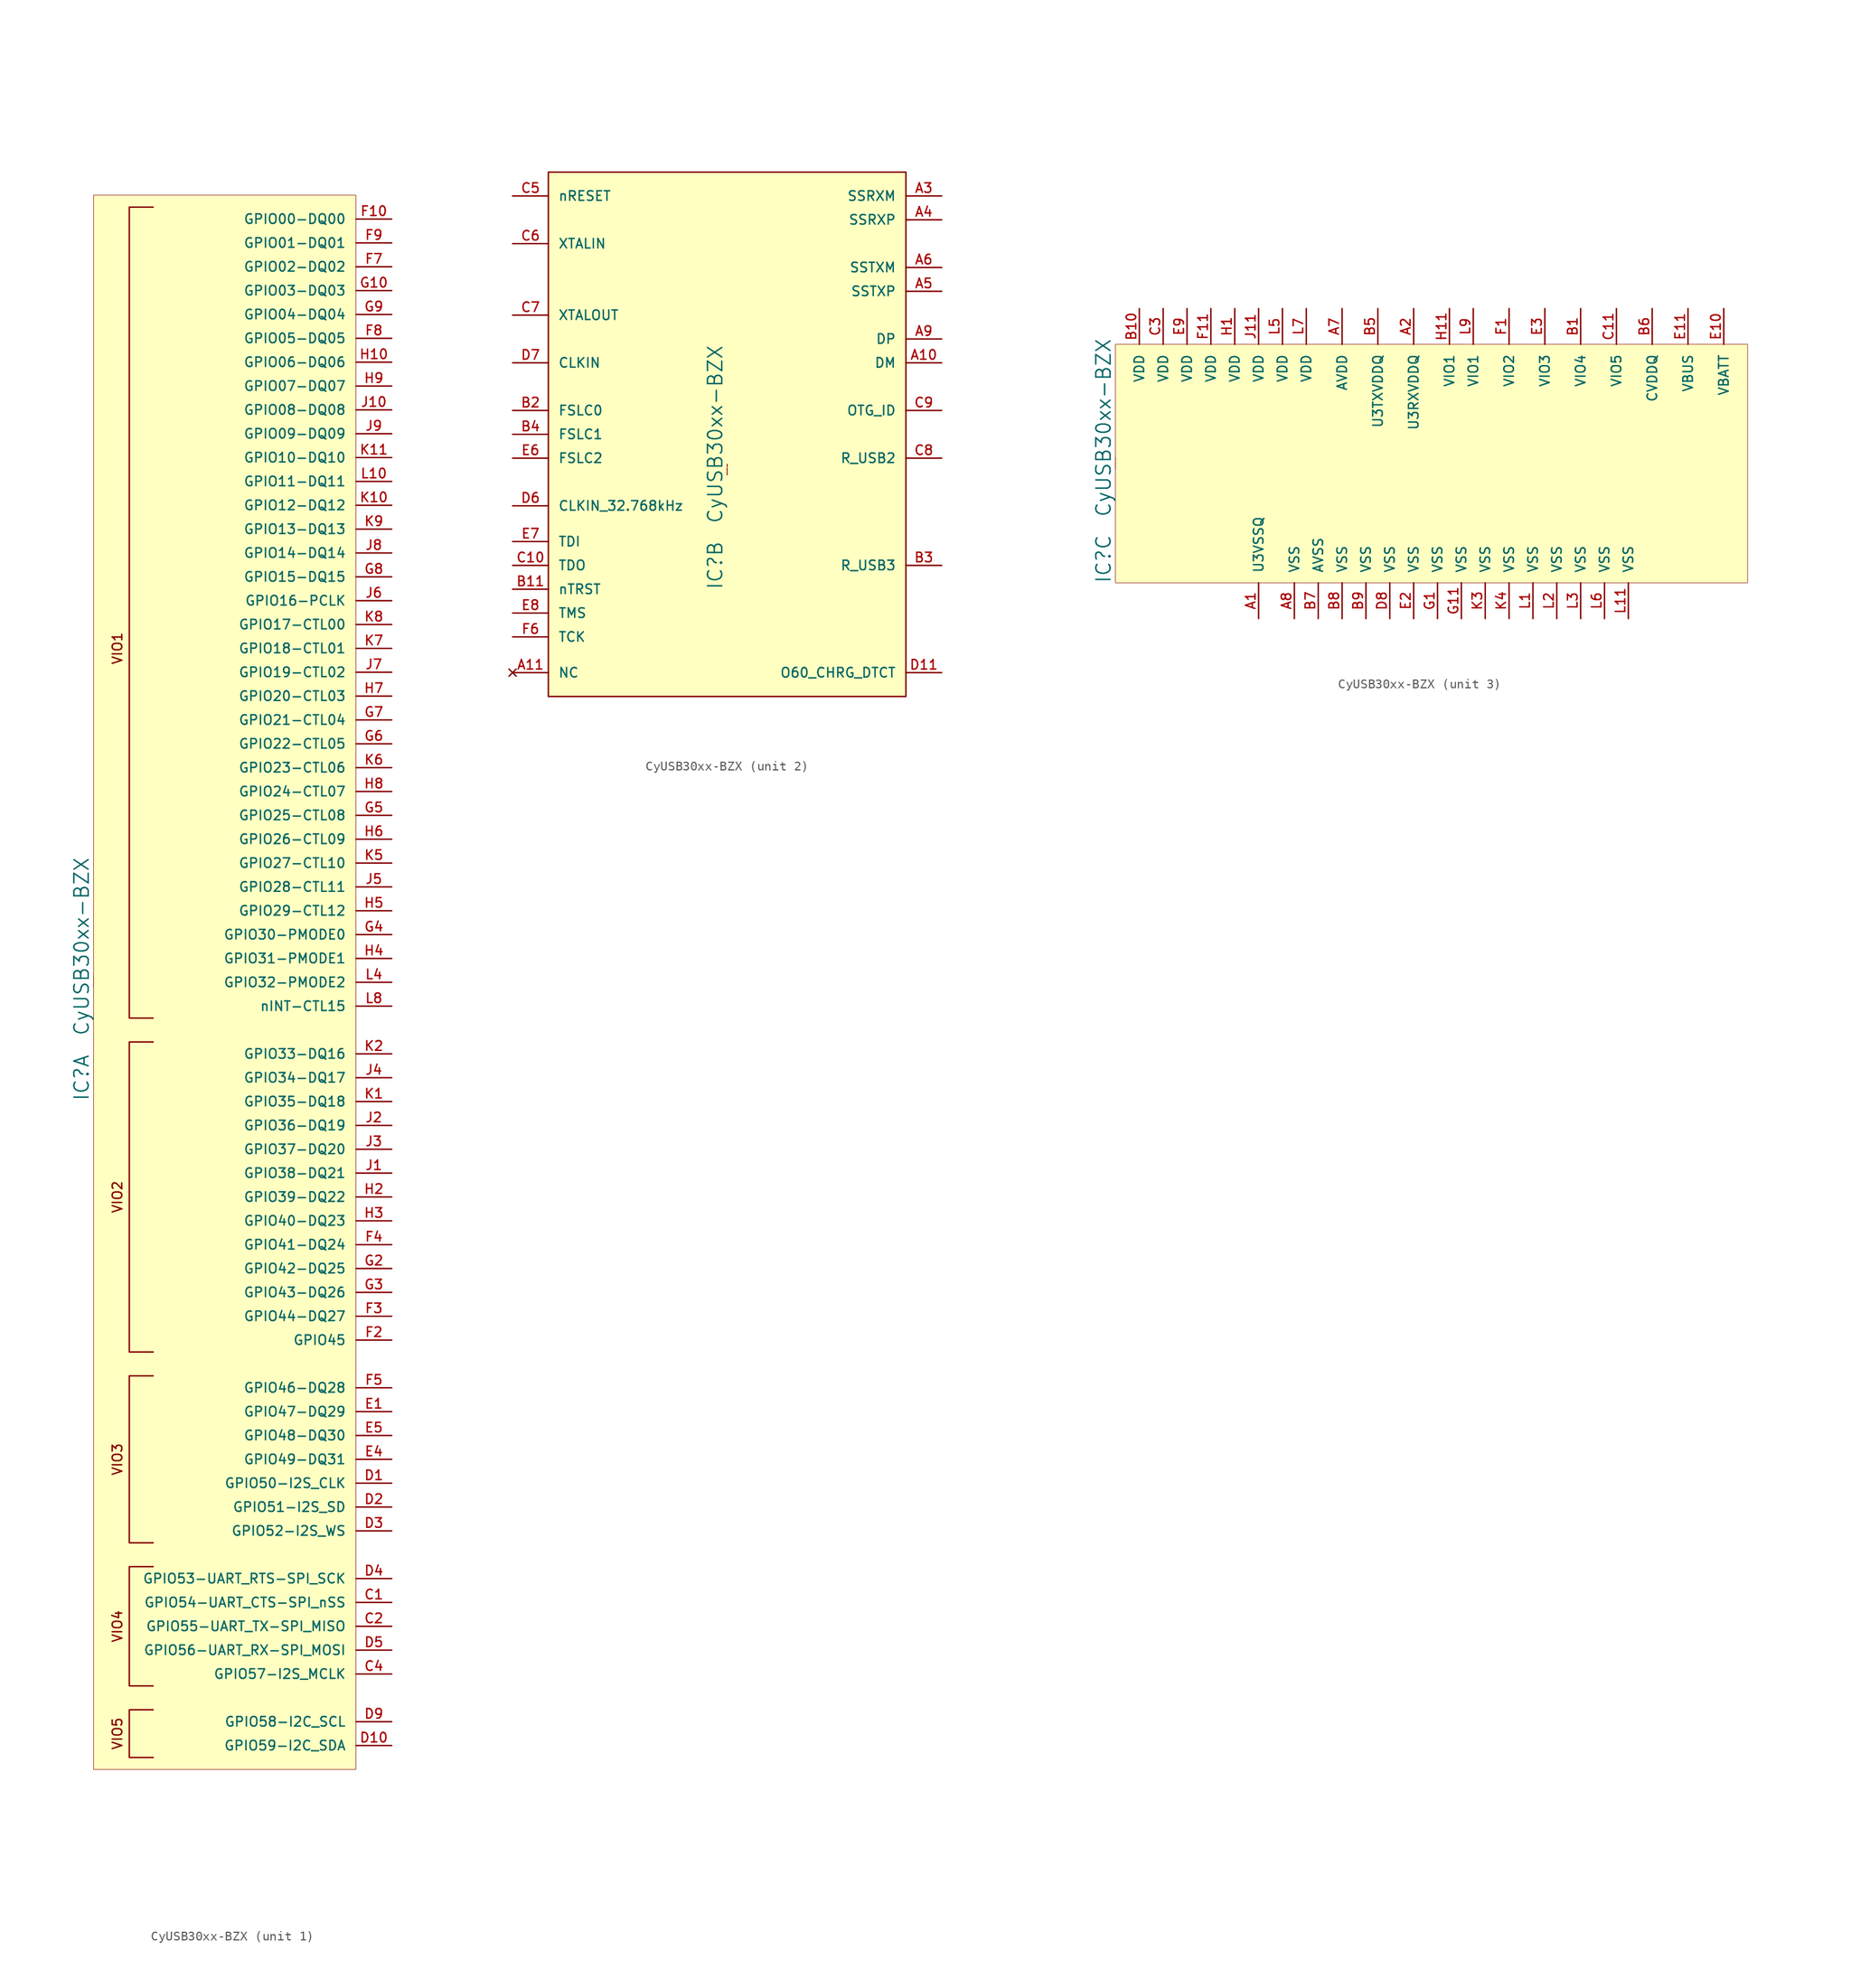
<source format=kicad_sym>
(kicad_symbol_lib
  (version 20220914)
  (generator kicad_symbol_editor)
  (symbol "CyUSB30xx-BZX"
    (pin_names
      (offset 1.016))
    (property "Reference" "IC"
      (at -1.27 -10.16 90)
      (effects (font (size 1.524 1.524))))
    (property "Value" "CyUSB30xx-BZX"
      (at -1.27 3.81 90)
      (effects (font (size 1.524 1.524))))
    (property "Footprint" ""
      (at 10.16 39.37 0)
      (effects (font (size 1.524 1.524))))
    (property "Datasheet" ""
      (at 10.16 39.37 0)
      (effects (font (size 1.524 1.524))))
    (symbol "CyUSB30xx-BZX_0_0"
      (text "Schematic Symbol Drawn By Opendous Inc. www.opendous.org" (at 0 0.051 900) (effects (font (size 0.025 0.025)))))
    (symbol "CyUSB30xx-BZX_1_0"
      (polyline (pts (xy 6.35 -77.47) (xy 3.81 -77.47) (xy 3.81 -82.55) (xy 6.35 -82.55)) (stroke (width 0.152) (type solid)) (fill (type none)))
      (polyline (pts (xy 6.35 -62.23) (xy 3.81 -62.23) (xy 3.81 -74.93) (xy 6.35 -74.93)) (stroke (width 0) (type solid)) (fill (type none)))
      (polyline (pts (xy 6.35 -59.69) (xy 3.81 -59.69) (xy 3.81 -41.91) (xy 6.35 -41.91)) (stroke (width 0) (type solid)) (fill (type none)))
      (polyline (pts (xy 6.35 -39.37) (xy 3.81 -39.37) (xy 3.81 -6.35) (xy 6.35 -6.35)) (stroke (width 0) (type solid)) (fill (type none)))
      (polyline (pts (xy 6.35 -3.81) (xy 3.81 -3.81) (xy 3.81 82.55) (xy 6.35 82.55)) (stroke (width 0) (type solid)) (fill (type none)))
      (text "VIO1" (at 2.54 35.56 900) (effects (font (size 1.016 1.016))))
      (text "VIO2" (at 2.54 -22.86 900) (effects (font (size 1.016 1.016))))
      (text "VIO3" (at 2.54 -50.8 900) (effects (font (size 1.016 1.016))))
      (text "VIO4" (at 2.54 -68.58 900) (effects (font (size 1.016 1.016))))
      (text "VIO5" (at 2.54 -80.01 900) (effects (font (size 1.016 1.016)))))
    (symbol "CyUSB30xx-BZX_1_1"
      (rectangle (start 27.94 83.82) (end 0 -83.82) (stroke (width 0.051) (type solid)) (fill (type background)))
      (pin bidirectional line (at 31.75 -66.04 180) (length 3.81) (name "GPIO54-UART_CTS-SPI_nSS" (effects (font (size 1.016 1.016)))) (number "C1" (effects (font (size 1.016 1.016)))))
      (pin bidirectional line (at 31.75 -68.58 180) (length 3.81) (name "GPIO55-UART_TX-SPI_MISO" (effects (font (size 1.016 1.016)))) (number "C2" (effects (font (size 1.016 1.016)))))
      (pin bidirectional line (at 31.75 -73.66 180) (length 3.81) (name "GPIO57-I2S_MCLK" (effects (font (size 1.016 1.016)))) (number "C4" (effects (font (size 1.016 1.016)))))
      (pin bidirectional line (at 31.75 -53.34 180) (length 3.81) (name "GPIO50-I2S_CLK" (effects (font (size 1.016 1.016)))) (number "D1" (effects (font (size 1.016 1.016)))))
      (pin bidirectional line (at 31.75 -81.28 180) (length 3.81) (name "GPIO59-I2C_SDA" (effects (font (size 1.016 1.016)))) (number "D10" (effects (font (size 1.016 1.016)))))
      (pin bidirectional line (at 31.75 -55.88 180) (length 3.81) (name "GPIO51-I2S_SD" (effects (font (size 1.016 1.016)))) (number "D2" (effects (font (size 1.016 1.016)))))
      (pin bidirectional line (at 31.75 -58.42 180) (length 3.81) (name "GPIO52-I2S_WS" (effects (font (size 1.016 1.016)))) (number "D3" (effects (font (size 1.016 1.016)))))
      (pin bidirectional line (at 31.75 -63.5 180) (length 3.81) (name "GPIO53-UART_RTS-SPI_SCK" (effects (font (size 1.016 1.016)))) (number "D4" (effects (font (size 1.016 1.016)))))
      (pin bidirectional line (at 31.75 -71.12 180) (length 3.81) (name "GPIO56-UART_RX-SPI_MOSI" (effects (font (size 1.016 1.016)))) (number "D5" (effects (font (size 1.016 1.016)))))
      (pin bidirectional line (at 31.75 -78.74 180) (length 3.81) (name "GPIO58-I2C_SCL" (effects (font (size 1.016 1.016)))) (number "D9" (effects (font (size 1.016 1.016)))))
      (pin bidirectional line (at 31.75 -45.72 180) (length 3.81) (name "GPIO47-DQ29" (effects (font (size 1.016 1.016)))) (number "E1" (effects (font (size 1.016 1.016)))))
      (pin bidirectional line (at 31.75 -50.8 180) (length 3.81) (name "GPIO49-DQ31" (effects (font (size 1.016 1.016)))) (number "E4" (effects (font (size 1.016 1.016)))))
      (pin bidirectional line (at 31.75 -48.26 180) (length 3.81) (name "GPIO48-DQ30" (effects (font (size 1.016 1.016)))) (number "E5" (effects (font (size 1.016 1.016)))))
      (pin bidirectional line (at 31.75 81.28 180) (length 3.81) (name "GPIO00-DQ00" (effects (font (size 1.016 1.016)))) (number "F10" (effects (font (size 1.016 1.016)))))
      (pin bidirectional line (at 31.75 -38.1 180) (length 3.81) (name "GPIO45" (effects (font (size 1.016 1.016)))) (number "F2" (effects (font (size 1.016 1.016)))))
      (pin bidirectional line (at 31.75 -35.56 180) (length 3.81) (name "GPIO44-DQ27" (effects (font (size 1.016 1.016)))) (number "F3" (effects (font (size 1.016 1.016)))))
      (pin bidirectional line (at 31.75 -27.94 180) (length 3.81) (name "GPIO41-DQ24" (effects (font (size 1.016 1.016)))) (number "F4" (effects (font (size 1.016 1.016)))))
      (pin bidirectional line (at 31.75 -43.18 180) (length 3.81) (name "GPIO46-DQ28" (effects (font (size 1.016 1.016)))) (number "F5" (effects (font (size 1.016 1.016)))))
      (pin bidirectional line (at 31.75 76.2 180) (length 3.81) (name "GPIO02-DQ02" (effects (font (size 1.016 1.016)))) (number "F7" (effects (font (size 1.016 1.016)))))
      (pin bidirectional line (at 31.75 68.58 180) (length 3.81) (name "GPIO05-DQ05" (effects (font (size 1.016 1.016)))) (number "F8" (effects (font (size 1.016 1.016)))))
      (pin bidirectional line (at 31.75 78.74 180) (length 3.81) (name "GPIO01-DQ01" (effects (font (size 1.016 1.016)))) (number "F9" (effects (font (size 1.016 1.016)))))
      (pin bidirectional line (at 31.75 73.66 180) (length 3.81) (name "GPIO03-DQ03" (effects (font (size 1.016 1.016)))) (number "G10" (effects (font (size 1.016 1.016)))))
      (pin bidirectional line (at 31.75 -30.48 180) (length 3.81) (name "GPIO42-DQ25" (effects (font (size 1.016 1.016)))) (number "G2" (effects (font (size 1.016 1.016)))))
      (pin bidirectional line (at 31.75 -33.02 180) (length 3.81) (name "GPIO43-DQ26" (effects (font (size 1.016 1.016)))) (number "G3" (effects (font (size 1.016 1.016)))))
      (pin bidirectional line (at 31.75 5.08 180) (length 3.81) (name "GPIO30-PMODE0" (effects (font (size 1.016 1.016)))) (number "G4" (effects (font (size 1.016 1.016)))))
      (pin bidirectional line (at 31.75 17.78 180) (length 3.81) (name "GPIO25-CTL08" (effects (font (size 1.016 1.016)))) (number "G5" (effects (font (size 1.016 1.016)))))
      (pin bidirectional line (at 31.75 25.4 180) (length 3.81) (name "GPIO22-CTL05" (effects (font (size 1.016 1.016)))) (number "G6" (effects (font (size 1.016 1.016)))))
      (pin bidirectional line (at 31.75 27.94 180) (length 3.81) (name "GPIO21-CTL04" (effects (font (size 1.016 1.016)))) (number "G7" (effects (font (size 1.016 1.016)))))
      (pin bidirectional line (at 31.75 43.18 180) (length 3.81) (name "GPIO15-DQ15" (effects (font (size 1.016 1.016)))) (number "G8" (effects (font (size 1.016 1.016)))))
      (pin bidirectional line (at 31.75 71.12 180) (length 3.81) (name "GPIO04-DQ04" (effects (font (size 1.016 1.016)))) (number "G9" (effects (font (size 1.016 1.016)))))
      (pin bidirectional line (at 31.75 66.04 180) (length 3.81) (name "GPIO06-DQ06" (effects (font (size 1.016 1.016)))) (number "H10" (effects (font (size 1.016 1.016)))))
      (pin bidirectional line (at 31.75 -22.86 180) (length 3.81) (name "GPIO39-DQ22" (effects (font (size 1.016 1.016)))) (number "H2" (effects (font (size 1.016 1.016)))))
      (pin bidirectional line (at 31.75 -25.4 180) (length 3.81) (name "GPIO40-DQ23" (effects (font (size 1.016 1.016)))) (number "H3" (effects (font (size 1.016 1.016)))))
      (pin bidirectional line (at 31.75 2.54 180) (length 3.81) (name "GPIO31-PMODE1" (effects (font (size 1.016 1.016)))) (number "H4" (effects (font (size 1.016 1.016)))))
      (pin bidirectional line (at 31.75 7.62 180) (length 3.81) (name "GPIO29-CTL12" (effects (font (size 1.016 1.016)))) (number "H5" (effects (font (size 1.016 1.016)))))
      (pin bidirectional line (at 31.75 15.24 180) (length 3.81) (name "GPIO26-CTL09" (effects (font (size 1.016 1.016)))) (number "H6" (effects (font (size 1.016 1.016)))))
      (pin bidirectional line (at 31.75 30.48 180) (length 3.81) (name "GPIO20-CTL03" (effects (font (size 1.016 1.016)))) (number "H7" (effects (font (size 1.016 1.016)))))
      (pin bidirectional line (at 31.75 20.32 180) (length 3.81) (name "GPIO24-CTL07" (effects (font (size 1.016 1.016)))) (number "H8" (effects (font (size 1.016 1.016)))))
      (pin bidirectional line (at 31.75 63.5 180) (length 3.81) (name "GPIO07-DQ07" (effects (font (size 1.016 1.016)))) (number "H9" (effects (font (size 1.016 1.016)))))
      (pin bidirectional line (at 31.75 -20.32 180) (length 3.81) (name "GPIO38-DQ21" (effects (font (size 1.016 1.016)))) (number "J1" (effects (font (size 1.016 1.016)))))
      (pin bidirectional line (at 31.75 60.96 180) (length 3.81) (name "GPIO08-DQ08" (effects (font (size 1.016 1.016)))) (number "J10" (effects (font (size 1.016 1.016)))))
      (pin bidirectional line (at 31.75 -15.24 180) (length 3.81) (name "GPIO36-DQ19" (effects (font (size 1.016 1.016)))) (number "J2" (effects (font (size 1.016 1.016)))))
      (pin bidirectional line (at 31.75 -17.78 180) (length 3.81) (name "GPIO37-DQ20" (effects (font (size 1.016 1.016)))) (number "J3" (effects (font (size 1.016 1.016)))))
      (pin bidirectional line (at 31.75 -10.16 180) (length 3.81) (name "GPIO34-DQ17" (effects (font (size 1.016 1.016)))) (number "J4" (effects (font (size 1.016 1.016)))))
      (pin bidirectional line (at 31.75 10.16 180) (length 3.81) (name "GPIO28-CTL11" (effects (font (size 1.016 1.016)))) (number "J5" (effects (font (size 1.016 1.016)))))
      (pin bidirectional line (at 31.75 40.64 180) (length 3.81) (name "GPIO16-PCLK" (effects (font (size 1.016 1.016)))) (number "J6" (effects (font (size 1.016 1.016)))))
      (pin bidirectional line (at 31.75 33.02 180) (length 3.81) (name "GPIO19-CTL02" (effects (font (size 1.016 1.016)))) (number "J7" (effects (font (size 1.016 1.016)))))
      (pin bidirectional line (at 31.75 45.72 180) (length 3.81) (name "GPIO14-DQ14" (effects (font (size 1.016 1.016)))) (number "J8" (effects (font (size 1.016 1.016)))))
      (pin bidirectional line (at 31.75 58.42 180) (length 3.81) (name "GPIO09-DQ09" (effects (font (size 1.016 1.016)))) (number "J9" (effects (font (size 1.016 1.016)))))
      (pin bidirectional line (at 31.75 -12.7 180) (length 3.81) (name "GPIO35-DQ18" (effects (font (size 1.016 1.016)))) (number "K1" (effects (font (size 1.016 1.016)))))
      (pin bidirectional line (at 31.75 50.8 180) (length 3.81) (name "GPIO12-DQ12" (effects (font (size 1.016 1.016)))) (number "K10" (effects (font (size 1.016 1.016)))))
      (pin bidirectional line (at 31.75 55.88 180) (length 3.81) (name "GPIO10-DQ10" (effects (font (size 1.016 1.016)))) (number "K11" (effects (font (size 1.016 1.016)))))
      (pin bidirectional line (at 31.75 -7.62 180) (length 3.81) (name "GPIO33-DQ16" (effects (font (size 1.016 1.016)))) (number "K2" (effects (font (size 1.016 1.016)))))
      (pin bidirectional line (at 31.75 12.7 180) (length 3.81) (name "GPIO27-CTL10" (effects (font (size 1.016 1.016)))) (number "K5" (effects (font (size 1.016 1.016)))))
      (pin bidirectional line (at 31.75 22.86 180) (length 3.81) (name "GPIO23-CTL06" (effects (font (size 1.016 1.016)))) (number "K6" (effects (font (size 1.016 1.016)))))
      (pin bidirectional line (at 31.75 35.56 180) (length 3.81) (name "GPIO18-CTL01" (effects (font (size 1.016 1.016)))) (number "K7" (effects (font (size 1.016 1.016)))))
      (pin bidirectional line (at 31.75 38.1 180) (length 3.81) (name "GPIO17-CTL00" (effects (font (size 1.016 1.016)))) (number "K8" (effects (font (size 1.016 1.016)))))
      (pin bidirectional line (at 31.75 48.26 180) (length 3.81) (name "GPIO13-DQ13" (effects (font (size 1.016 1.016)))) (number "K9" (effects (font (size 1.016 1.016)))))
      (pin bidirectional line (at 31.75 53.34 180) (length 3.81) (name "GPIO11-DQ11" (effects (font (size 1.016 1.016)))) (number "L10" (effects (font (size 1.016 1.016)))))
      (pin bidirectional line (at 31.75 0 180) (length 3.81) (name "GPIO32-PMODE2" (effects (font (size 1.016 1.016)))) (number "L4" (effects (font (size 1.016 1.016)))))
      (pin bidirectional line (at 31.75 -2.54 180) (length 3.81) (name "nINT-CTL15" (effects (font (size 1.016 1.016)))) (number "L8" (effects (font (size 1.016 1.016))))))
    (symbol "CyUSB30xx-BZX_2_0"
      (rectangle (start 19.05 31.75) (end -19.05 -24.13) (stroke (width 0.152) (type solid)) (fill (type background))))
    (symbol "CyUSB30xx-BZX_2_1"
      (pin bidirectional line (at 22.86 11.43 180) (length 3.81) (name "DM" (effects (font (size 1.016 1.016)))) (number "A10" (effects (font (size 1.016 1.016)))))
      (pin no_connect line (at -22.86 -21.59 0) (length 3.81) (name "NC" (effects (font (size 1.016 1.016)))) (number "A11" (effects (font (size 1.016 1.016)))))
      (pin input line (at 22.86 29.21 180) (length 3.81) (name "SSRXM" (effects (font (size 1.016 1.016)))) (number "A3" (effects (font (size 1.016 1.016)))))
      (pin input line (at 22.86 26.67 180) (length 3.81) (name "SSRXP" (effects (font (size 1.016 1.016)))) (number "A4" (effects (font (size 1.016 1.016)))))
      (pin output line (at 22.86 19.05 180) (length 3.81) (name "SSTXP" (effects (font (size 1.016 1.016)))) (number "A5" (effects (font (size 1.016 1.016)))))
      (pin output line (at 22.86 21.59 180) (length 3.81) (name "SSTXM" (effects (font (size 1.016 1.016)))) (number "A6" (effects (font (size 1.016 1.016)))))
      (pin bidirectional line (at 22.86 13.97 180) (length 3.81) (name "DP" (effects (font (size 1.016 1.016)))) (number "A9" (effects (font (size 1.016 1.016)))))
      (pin input line (at -22.86 -12.7 0) (length 3.81) (name "nTRST" (effects (font (size 1.016 1.016)))) (number "B11" (effects (font (size 1.016 1.016)))))
      (pin input line (at -22.86 6.35 0) (length 3.81) (name "FSLC0" (effects (font (size 1.016 1.016)))) (number "B2" (effects (font (size 1.016 1.016)))))
      (pin passive line (at 22.86 -10.16 180) (length 3.81) (name "R_USB3" (effects (font (size 1.016 1.016)))) (number "B3" (effects (font (size 1.016 1.016)))))
      (pin input line (at -22.86 3.81 0) (length 3.81) (name "FSLC1" (effects (font (size 1.016 1.016)))) (number "B4" (effects (font (size 1.016 1.016)))))
      (pin output line (at -22.86 -10.16 0) (length 3.81) (name "TDO" (effects (font (size 1.016 1.016)))) (number "C10" (effects (font (size 1.016 1.016)))))
      (pin input line (at -22.86 29.21 0) (length 3.81) (name "nRESET" (effects (font (size 1.016 1.016)))) (number "C5" (effects (font (size 1.016 1.016)))))
      (pin bidirectional line (at -22.86 24.13 0) (length 3.81) (name "XTALIN" (effects (font (size 1.016 1.016)))) (number "C6" (effects (font (size 1.016 1.016)))))
      (pin bidirectional line (at -22.86 16.51 0) (length 3.81) (name "XTALOUT" (effects (font (size 1.016 1.016)))) (number "C7" (effects (font (size 1.016 1.016)))))
      (pin passive line (at 22.86 1.27 180) (length 3.81) (name "R_USB2" (effects (font (size 1.016 1.016)))) (number "C8" (effects (font (size 1.016 1.016)))))
      (pin input line (at 22.86 6.35 180) (length 3.81) (name "OTG_ID" (effects (font (size 1.016 1.016)))) (number "C9" (effects (font (size 1.016 1.016)))))
      (pin output line (at 22.86 -21.59 180) (length 3.81) (name "O60_CHRG_DTCT" (effects (font (size 1.016 1.016)))) (number "D11" (effects (font (size 1.016 1.016)))))
      (pin input line (at -22.86 -3.81 0) (length 3.81) (name "CLKIN_32.768kHz" (effects (font (size 1.016 1.016)))) (number "D6" (effects (font (size 1.016 1.016)))))
      (pin input line (at -22.86 11.43 0) (length 3.81) (name "CLKIN" (effects (font (size 1.016 1.016)))) (number "D7" (effects (font (size 1.016 1.016)))))
      (pin input line (at -22.86 1.27 0) (length 3.81) (name "FSLC2" (effects (font (size 1.016 1.016)))) (number "E6" (effects (font (size 1.016 1.016)))))
      (pin input line (at -22.86 -7.62 0) (length 3.81) (name "TDI" (effects (font (size 1.016 1.016)))) (number "E7" (effects (font (size 1.016 1.016)))))
      (pin input line (at -22.86 -15.24 0) (length 3.81) (name "TMS" (effects (font (size 1.016 1.016)))) (number "E8" (effects (font (size 1.016 1.016)))))
      (pin input line (at -22.86 -17.78 0) (length 3.81) (name "TCK" (effects (font (size 1.016 1.016)))) (number "F6" (effects (font (size 1.016 1.016))))))
    (symbol "CyUSB30xx-BZX_3_1"
      (rectangle (start 67.31 12.7) (end 0 -12.7) (stroke (width 0.051) (type solid)) (fill (type background)))
      (pin power_in line (at 15.24 -16.51 90) (length 3.81) (name "U3VSSQ" (effects (font (size 1.016 1.016)))) (number "A1" (effects (font (size 1.016 1.016)))))
      (pin power_in line (at 31.75 16.51 270) (length 3.81) (name "U3RXVDDQ" (effects (font (size 1.016 1.016)))) (number "A2" (effects (font (size 1.016 1.016)))))
      (pin power_in line (at 24.13 16.51 270) (length 3.81) (name "AVDD" (effects (font (size 1.016 1.016)))) (number "A7" (effects (font (size 1.016 1.016)))))
      (pin power_in line (at 19.05 -16.51 90) (length 3.81) (name "VSS" (effects (font (size 1.016 1.016)))) (number "A8" (effects (font (size 1.016 1.016)))))
      (pin power_in line (at 49.53 16.51 270) (length 3.81) (name "VIO4" (effects (font (size 1.016 1.016)))) (number "B1" (effects (font (size 1.016 1.016)))))
      (pin power_in line (at 2.54 16.51 270) (length 3.81) (name "VDD" (effects (font (size 1.016 1.016)))) (number "B10" (effects (font (size 1.016 1.016)))))
      (pin power_in line (at 27.94 16.51 270) (length 3.81) (name "U3TXVDDQ" (effects (font (size 1.016 1.016)))) (number "B5" (effects (font (size 1.016 1.016)))))
      (pin power_in line (at 57.15 16.51 270) (length 3.81) (name "CVDDQ" (effects (font (size 1.016 1.016)))) (number "B6" (effects (font (size 1.016 1.016)))))
      (pin power_in line (at 21.59 -16.51 90) (length 3.81) (name "AVSS" (effects (font (size 1.016 1.016)))) (number "B7" (effects (font (size 1.016 1.016)))))
      (pin power_in line (at 24.13 -16.51 90) (length 3.81) (name "VSS" (effects (font (size 1.016 1.016)))) (number "B8" (effects (font (size 1.016 1.016)))))
      (pin power_in line (at 26.67 -16.51 90) (length 3.81) (name "VSS" (effects (font (size 1.016 1.016)))) (number "B9" (effects (font (size 1.016 1.016)))))
      (pin power_in line (at 53.34 16.51 270) (length 3.81) (name "VIO5" (effects (font (size 1.016 1.016)))) (number "C11" (effects (font (size 1.016 1.016)))))
      (pin power_in line (at 5.08 16.51 270) (length 3.81) (name "VDD" (effects (font (size 1.016 1.016)))) (number "C3" (effects (font (size 1.016 1.016)))))
      (pin power_in line (at 29.21 -16.51 90) (length 3.81) (name "VSS" (effects (font (size 1.016 1.016)))) (number "D8" (effects (font (size 1.016 1.016)))))
      (pin power_in line (at 64.77 16.51 270) (length 3.81) (name "VBATT" (effects (font (size 1.016 1.016)))) (number "E10" (effects (font (size 1.016 1.016)))))
      (pin power_in line (at 60.96 16.51 270) (length 3.81) (name "VBUS" (effects (font (size 1.016 1.016)))) (number "E11" (effects (font (size 1.016 1.016)))))
      (pin power_in line (at 31.75 -16.51 90) (length 3.81) (name "VSS" (effects (font (size 1.016 1.016)))) (number "E2" (effects (font (size 1.016 1.016)))))
      (pin power_in line (at 45.72 16.51 270) (length 3.81) (name "VIO3" (effects (font (size 1.016 1.016)))) (number "E3" (effects (font (size 1.016 1.016)))))
      (pin power_in line (at 7.62 16.51 270) (length 3.81) (name "VDD" (effects (font (size 1.016 1.016)))) (number "E9" (effects (font (size 1.016 1.016)))))
      (pin power_in line (at 41.91 16.51 270) (length 3.81) (name "VIO2" (effects (font (size 1.016 1.016)))) (number "F1" (effects (font (size 1.016 1.016)))))
      (pin power_in line (at 10.16 16.51 270) (length 3.81) (name "VDD" (effects (font (size 1.016 1.016)))) (number "F11" (effects (font (size 1.016 1.016)))))
      (pin power_in line (at 34.29 -16.51 90) (length 3.81) (name "VSS" (effects (font (size 1.016 1.016)))) (number "G1" (effects (font (size 1.016 1.016)))))
      (pin power_in line (at 36.83 -16.51 90) (length 3.81) (name "VSS" (effects (font (size 1.016 1.016)))) (number "G11" (effects (font (size 1.016 1.016)))))
      (pin power_in line (at 12.7 16.51 270) (length 3.81) (name "VDD" (effects (font (size 1.016 1.016)))) (number "H1" (effects (font (size 1.016 1.016)))))
      (pin power_in line (at 35.56 16.51 270) (length 3.81) (name "VIO1" (effects (font (size 1.016 1.016)))) (number "H11" (effects (font (size 1.016 1.016)))))
      (pin power_in line (at 15.24 16.51 270) (length 3.81) (name "VDD" (effects (font (size 1.016 1.016)))) (number "J11" (effects (font (size 1.016 1.016)))))
      (pin power_in line (at 39.37 -16.51 90) (length 3.81) (name "VSS" (effects (font (size 1.016 1.016)))) (number "K3" (effects (font (size 1.016 1.016)))))
      (pin power_in line (at 41.91 -16.51 90) (length 3.81) (name "VSS" (effects (font (size 1.016 1.016)))) (number "K4" (effects (font (size 1.016 1.016)))))
      (pin power_in line (at 44.45 -16.51 90) (length 3.81) (name "VSS" (effects (font (size 1.016 1.016)))) (number "L1" (effects (font (size 1.016 1.016)))))
      (pin power_in line (at 54.61 -16.51 90) (length 3.81) (name "VSS" (effects (font (size 1.016 1.016)))) (number "L11" (effects (font (size 1.016 1.016)))))
      (pin power_in line (at 46.99 -16.51 90) (length 3.81) (name "VSS" (effects (font (size 1.016 1.016)))) (number "L2" (effects (font (size 1.016 1.016)))))
      (pin power_in line (at 49.53 -16.51 90) (length 3.81) (name "VSS" (effects (font (size 1.016 1.016)))) (number "L3" (effects (font (size 1.016 1.016)))))
      (pin power_in line (at 17.78 16.51 270) (length 3.81) (name "VDD" (effects (font (size 1.016 1.016)))) (number "L5" (effects (font (size 1.016 1.016)))))
      (pin power_in line (at 52.07 -16.51 90) (length 3.81) (name "VSS" (effects (font (size 1.016 1.016)))) (number "L6" (effects (font (size 1.016 1.016)))))
      (pin power_in line (at 20.32 16.51 270) (length 3.81) (name "VDD" (effects (font (size 1.016 1.016)))) (number "L7" (effects (font (size 1.016 1.016)))))
      (pin power_in line (at 38.1 16.51 270) (length 3.81) (name "VIO1" (effects (font (size 1.016 1.016)))) (number "L9" (effects (font (size 1.016 1.016))))))))
</source>
